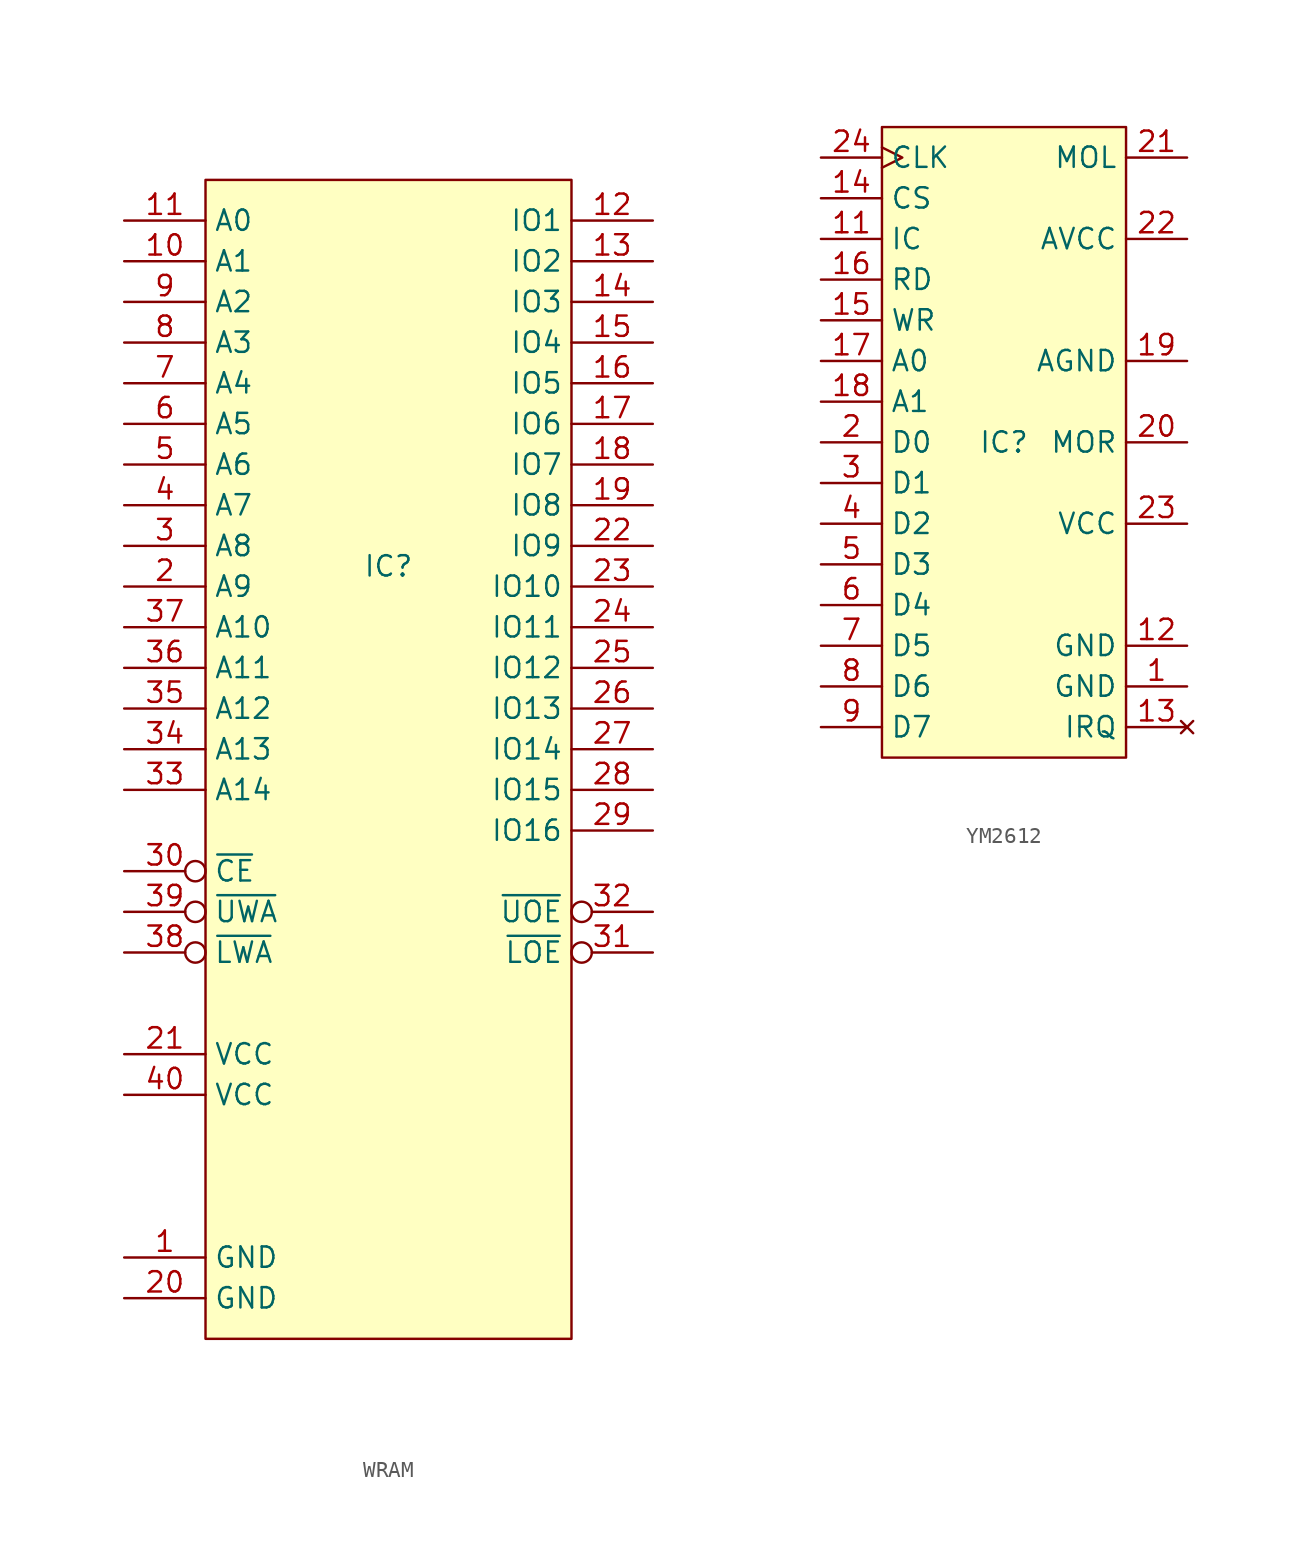
<source format=kicad_sym>
(kicad_symbol_lib
  (version 20241209)
  (generator "kicad_symbol_editor")
  (generator_version "9.0")
  (symbol "WRAM"
    (property "Reference" "IC"
      (at 0 0 0)
      (effects (font (size 1.27 1.27))))
    (property "Value" ""
      (at 0 0 0)
      (effects (font (size 1.27 1.27))))
    (symbol "WRAM_1_1"
      (rectangle (start -11.43 24.13) (end 11.43 -48.26) (stroke (width 0) (type default)) (fill (type background)))
      (pin input line (at -16.51 21.59 0) (length 5.08) (name "A0" (effects (font (size 1.27 1.27)))) (number "11" (effects (font (size 1.27 1.27)))))
      (pin input line (at -16.51 19.05 0) (length 5.08) (name "A1" (effects (font (size 1.27 1.27)))) (number "10" (effects (font (size 1.27 1.27)))))
      (pin input line (at -16.51 16.51 0) (length 5.08) (name "A2" (effects (font (size 1.27 1.27)))) (number "9" (effects (font (size 1.27 1.27)))))
      (pin input line (at -16.51 13.97 0) (length 5.08) (name "A3" (effects (font (size 1.27 1.27)))) (number "8" (effects (font (size 1.27 1.27)))))
      (pin input line (at -16.51 11.43 0) (length 5.08) (name "A4" (effects (font (size 1.27 1.27)))) (number "7" (effects (font (size 1.27 1.27)))))
      (pin input line (at -16.51 8.89 0) (length 5.08) (name "A5" (effects (font (size 1.27 1.27)))) (number "6" (effects (font (size 1.27 1.27)))))
      (pin input line (at -16.51 6.35 0) (length 5.08) (name "A6" (effects (font (size 1.27 1.27)))) (number "5" (effects (font (size 1.27 1.27)))))
      (pin input line (at -16.51 3.81 0) (length 5.08) (name "A7" (effects (font (size 1.27 1.27)))) (number "4" (effects (font (size 1.27 1.27)))))
      (pin input line (at -16.51 1.27 0) (length 5.08) (name "A8" (effects (font (size 1.27 1.27)))) (number "3" (effects (font (size 1.27 1.27)))))
      (pin input line (at -16.51 -1.27 0) (length 5.08) (name "A9" (effects (font (size 1.27 1.27)))) (number "2" (effects (font (size 1.27 1.27)))))
      (pin input line (at -16.51 -3.81 0) (length 5.08) (name "A10" (effects (font (size 1.27 1.27)))) (number "37" (effects (font (size 1.27 1.27)))))
      (pin input line (at -16.51 -6.35 0) (length 5.08) (name "A11" (effects (font (size 1.27 1.27)))) (number "36" (effects (font (size 1.27 1.27)))))
      (pin input line (at -16.51 -8.89 0) (length 5.08) (name "A12" (effects (font (size 1.27 1.27)))) (number "35" (effects (font (size 1.27 1.27)))))
      (pin input line (at -16.51 -11.43 0) (length 5.08) (name "A13" (effects (font (size 1.27 1.27)))) (number "34" (effects (font (size 1.27 1.27)))))
      (pin input line (at -16.51 -13.97 0) (length 5.08) (name "A14" (effects (font (size 1.27 1.27)))) (number "33" (effects (font (size 1.27 1.27)))))
      (pin input inverted (at -16.51 -19.05 0) (length 5.08) (name "~{CE}" (effects (font (size 1.27 1.27)))) (number "30" (effects (font (size 1.27 1.27)))))
      (pin input inverted (at -16.51 -21.59 0) (length 5.08) (name "~{UWA}" (effects (font (size 1.27 1.27)))) (number "39" (effects (font (size 1.27 1.27)))))
      (pin input inverted (at -16.51 -24.13 0) (length 5.08) (name "~{LWA}" (effects (font (size 1.27 1.27)))) (number "38" (effects (font (size 1.27 1.27)))))
      (pin power_in line (at -16.51 -30.48 0) (length 5.08) (name "VCC" (effects (font (size 1.27 1.27)))) (number "21" (effects (font (size 1.27 1.27)))))
      (pin power_in line (at -16.51 -33.02 0) (length 5.08) (name "VCC" (effects (font (size 1.27 1.27)))) (number "40" (effects (font (size 1.27 1.27)))))
      (pin input line (at -16.51 -43.18 0) (length 5.08) (name "GND" (effects (font (size 1.27 1.27)))) (number "1" (effects (font (size 1.27 1.27)))))
      (pin input line (at -16.51 -45.72 0) (length 5.08) (name "GND" (effects (font (size 1.27 1.27)))) (number "20" (effects (font (size 1.27 1.27)))))
      (pin bidirectional line (at 16.51 21.59 180) (length 5.08) (name "IO1" (effects (font (size 1.27 1.27)))) (number "12" (effects (font (size 1.27 1.27)))))
      (pin bidirectional line (at 16.51 19.05 180) (length 5.08) (name "IO2" (effects (font (size 1.27 1.27)))) (number "13" (effects (font (size 1.27 1.27)))))
      (pin bidirectional line (at 16.51 16.51 180) (length 5.08) (name "IO3" (effects (font (size 1.27 1.27)))) (number "14" (effects (font (size 1.27 1.27)))))
      (pin bidirectional line (at 16.51 13.97 180) (length 5.08) (name "IO4" (effects (font (size 1.27 1.27)))) (number "15" (effects (font (size 1.27 1.27)))))
      (pin bidirectional line (at 16.51 11.43 180) (length 5.08) (name "IO5" (effects (font (size 1.27 1.27)))) (number "16" (effects (font (size 1.27 1.27)))))
      (pin bidirectional line (at 16.51 8.89 180) (length 5.08) (name "IO6" (effects (font (size 1.27 1.27)))) (number "17" (effects (font (size 1.27 1.27)))))
      (pin bidirectional line (at 16.51 6.35 180) (length 5.08) (name "IO7" (effects (font (size 1.27 1.27)))) (number "18" (effects (font (size 1.27 1.27)))))
      (pin bidirectional line (at 16.51 3.81 180) (length 5.08) (name "IO8" (effects (font (size 1.27 1.27)))) (number "19" (effects (font (size 1.27 1.27)))))
      (pin bidirectional line (at 16.51 1.27 180) (length 5.08) (name "IO9" (effects (font (size 1.27 1.27)))) (number "22" (effects (font (size 1.27 1.27)))))
      (pin bidirectional line (at 16.51 -1.27 180) (length 5.08) (name "IO10" (effects (font (size 1.27 1.27)))) (number "23" (effects (font (size 1.27 1.27)))))
      (pin bidirectional line (at 16.51 -3.81 180) (length 5.08) (name "IO11" (effects (font (size 1.27 1.27)))) (number "24" (effects (font (size 1.27 1.27)))))
      (pin bidirectional line (at 16.51 -6.35 180) (length 5.08) (name "IO12" (effects (font (size 1.27 1.27)))) (number "25" (effects (font (size 1.27 1.27)))))
      (pin bidirectional line (at 16.51 -8.89 180) (length 5.08) (name "IO13" (effects (font (size 1.27 1.27)))) (number "26" (effects (font (size 1.27 1.27)))))
      (pin bidirectional line (at 16.51 -11.43 180) (length 5.08) (name "IO14" (effects (font (size 1.27 1.27)))) (number "27" (effects (font (size 1.27 1.27)))))
      (pin bidirectional line (at 16.51 -13.97 180) (length 5.08) (name "IO15" (effects (font (size 1.27 1.27)))) (number "28" (effects (font (size 1.27 1.27)))))
      (pin bidirectional line (at 16.51 -16.51 180) (length 5.08) (name "IO16" (effects (font (size 1.27 1.27)))) (number "29" (effects (font (size 1.27 1.27)))))
      (pin input inverted (at 16.51 -21.59 180) (length 5.08) (name "~{UOE}" (effects (font (size 1.27 1.27)))) (number "32" (effects (font (size 1.27 1.27)))))
      (pin input inverted (at 16.51 -24.13 180) (length 5.08) (name "~{LOE}" (effects (font (size 1.27 1.27)))) (number "31" (effects (font (size 1.27 1.27)))))))
  (symbol "YM2612"
    (property "Reference" "IC"
      (at 0 0 0)
      (effects (font (size 1.27 1.27))))
    (property "Value" ""
      (at 0 0 0)
      (effects (font (size 1.27 1.27))))
    (symbol "YM2612_1_1"
      (rectangle (start -7.62 19.685) (end 7.62 -19.685) (stroke (width 0) (type solid)) (fill (type background)))
      (pin input clock (at -11.43 17.78 0) (length 3.81) (name "CLK" (effects (font (size 1.27 1.27)))) (number "24" (effects (font (size 1.27 1.27)))))
      (pin input line (at -11.43 15.24 0) (length 3.81) (name "CS" (effects (font (size 1.27 1.27)))) (number "14" (effects (font (size 1.27 1.27)))))
      (pin input line (at -11.43 12.7 0) (length 3.81) (name "IC" (effects (font (size 1.27 1.27)))) (number "11" (effects (font (size 1.27 1.27)))))
      (pin input line (at -11.43 10.16 0) (length 3.81) (name "RD" (effects (font (size 1.27 1.27)))) (number "16" (effects (font (size 1.27 1.27)))))
      (pin input line (at -11.43 7.62 0) (length 3.81) (name "WR" (effects (font (size 1.27 1.27)))) (number "15" (effects (font (size 1.27 1.27)))))
      (pin input line (at -11.43 5.08 0) (length 3.81) (name "A0" (effects (font (size 1.27 1.27)))) (number "17" (effects (font (size 1.27 1.27)))))
      (pin input line (at -11.43 2.54 0) (length 3.81) (name "A1" (effects (font (size 1.27 1.27)))) (number "18" (effects (font (size 1.27 1.27)))))
      (pin tri_state line (at -11.43 0 0) (length 3.81) (name "D0" (effects (font (size 1.27 1.27)))) (number "2" (effects (font (size 1.27 1.27)))))
      (pin tri_state line (at -11.43 -2.54 0) (length 3.81) (name "D1" (effects (font (size 1.27 1.27)))) (number "3" (effects (font (size 1.27 1.27)))))
      (pin tri_state line (at -11.43 -5.08 0) (length 3.81) (name "D2" (effects (font (size 1.27 1.27)))) (number "4" (effects (font (size 1.27 1.27)))))
      (pin tri_state line (at -11.43 -7.62 0) (length 3.81) (name "D3" (effects (font (size 1.27 1.27)))) (number "5" (effects (font (size 1.27 1.27)))))
      (pin tri_state line (at -11.43 -10.16 0) (length 3.81) (name "D4" (effects (font (size 1.27 1.27)))) (number "6" (effects (font (size 1.27 1.27)))))
      (pin tri_state line (at -11.43 -12.7 0) (length 3.81) (name "D5" (effects (font (size 1.27 1.27)))) (number "7" (effects (font (size 1.27 1.27)))))
      (pin tri_state line (at -11.43 -15.24 0) (length 3.81) (name "D6" (effects (font (size 1.27 1.27)))) (number "8" (effects (font (size 1.27 1.27)))))
      (pin tri_state line (at -11.43 -17.78 0) (length 3.81) (name "D7" (effects (font (size 1.27 1.27)))) (number "9" (effects (font (size 1.27 1.27)))))
      (pin output line (at 11.43 17.78 180) (length 3.81) (name "MOL" (effects (font (size 1.27 1.27)))) (number "21" (effects (font (size 1.27 1.27)))))
      (pin power_in line (at 11.43 12.7 180) (length 3.81) (name "AVCC" (effects (font (size 1.27 1.27)))) (number "22" (effects (font (size 1.27 1.27)))))
      (pin power_in line (at 11.43 5.08 180) (length 3.81) (name "AGND" (effects (font (size 1.27 1.27)))) (number "19" (effects (font (size 1.27 1.27)))))
      (pin output line (at 11.43 0 180) (length 3.81) (name "MOR" (effects (font (size 1.27 1.27)))) (number "20" (effects (font (size 1.27 1.27)))))
      (pin power_in line (at 11.43 -5.08 180) (length 3.81) (name "VCC" (effects (font (size 1.27 1.27)))) (number "23" (effects (font (size 1.27 1.27)))))
      (pin no_connect line (at 11.43 -8.89 180) (length 3.81) (hide yes) (name "NC" (effects (font (size 1.27 1.27)))) (number "10" (effects (font (size 1.27 1.27)))))
      (pin power_in line (at 11.43 -12.7 180) (length 3.81) (name "GND" (effects (font (size 1.27 1.27)))) (number "12" (effects (font (size 1.27 1.27)))))
      (pin power_in line (at 11.43 -15.24 180) (length 3.81) (name "GND" (effects (font (size 1.27 1.27)))) (number "1" (effects (font (size 1.27 1.27)))))
      (pin no_connect line (at 11.43 -17.78 180) (length 3.81) (name "IRQ" (effects (font (size 1.27 1.27)))) (number "13" (effects (font (size 1.27 1.27))))))))
</source>
